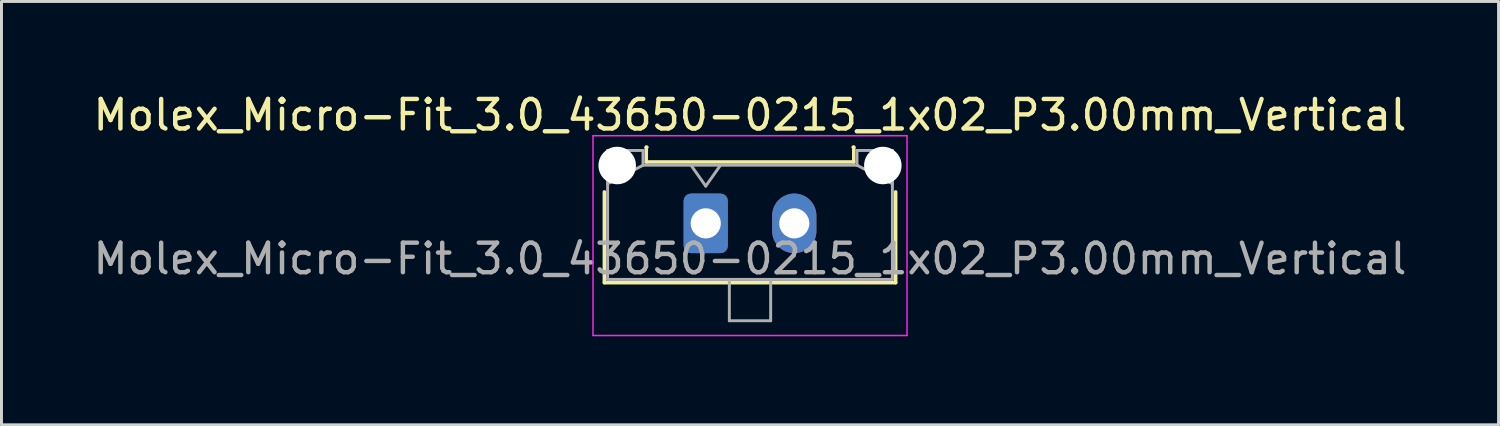
<source format=kicad_pcb>
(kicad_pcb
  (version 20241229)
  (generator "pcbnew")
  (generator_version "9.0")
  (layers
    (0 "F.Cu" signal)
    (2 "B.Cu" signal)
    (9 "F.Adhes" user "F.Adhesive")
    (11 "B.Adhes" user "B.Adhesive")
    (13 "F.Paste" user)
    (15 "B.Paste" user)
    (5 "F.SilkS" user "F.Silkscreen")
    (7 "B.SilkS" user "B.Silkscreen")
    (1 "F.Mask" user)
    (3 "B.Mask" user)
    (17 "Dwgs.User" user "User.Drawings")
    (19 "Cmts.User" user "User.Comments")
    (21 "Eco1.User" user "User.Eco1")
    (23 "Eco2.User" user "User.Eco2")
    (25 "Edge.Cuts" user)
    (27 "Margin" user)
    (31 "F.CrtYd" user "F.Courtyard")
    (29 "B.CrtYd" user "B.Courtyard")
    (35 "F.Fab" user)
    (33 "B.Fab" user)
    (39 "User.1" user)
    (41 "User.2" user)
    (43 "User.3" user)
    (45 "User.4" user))
  (footprint "Molex_Micro-Fit_3.0_43650-0215_1x02_P3.00mm_Vertical"
    (layer "F.Cu")
    (at 20.863 4.518)
    (property "Reference" "Molex_Micro-Fit_3.0_43650-0215_1x02_P3.00mm_Vertical" (at 1.5 -3.67 0) (layer "F.SilkS") (effects (font (size 1 1) (thickness 0.15))))
    (attr through_hole)
    (fp_line (start -3.435 -1.065) (end -3.435 2.01) (stroke (width 0.12) (type solid)) (layer "F.SilkS"))
    (fp_line (start -3.435 2.01) (end 6.435 2.01) (stroke (width 0.12) (type solid)) (layer "F.SilkS"))
    (fp_line (start -2.015 -2.58) (end -2.015 -2.08) (stroke (width 0.12) (type solid)) (layer "F.SilkS"))
    (fp_line (start -2.015 -2.08) (end 5.015 -2.08) (stroke (width 0.12) (type solid)) (layer "F.SilkS"))
    (fp_line (start -1.995 -2.58) (end -2.015 -2.58) (stroke (width 0.12) (type solid)) (layer "F.SilkS"))
    (fp_line (start 5.015 -2.58) (end 4.995 -2.58) (stroke (width 0.12) (type solid)) (layer "F.SilkS"))
    (fp_line (start 5.015 -2.08) (end 5.015 -2.58) (stroke (width 0.12) (type solid)) (layer "F.SilkS"))
    (fp_line (start 6.435 2.01) (end 6.435 -1.065) (stroke (width 0.12) (type solid)) (layer "F.SilkS"))
    (fp_line (start -3.82 -2.97) (end 6.82 -2.97) (stroke (width 0.05) (type solid)) (layer "F.CrtYd"))
    (fp_line (start -3.82 3.8) (end -3.82 -2.97) (stroke (width 0.05) (type solid)) (layer "F.CrtYd"))
    (fp_line (start 6.82 -2.97) (end 6.82 3.8) (stroke (width 0.05) (type solid)) (layer "F.CrtYd"))
    (fp_line (start 6.82 3.8) (end -3.82 3.8) (stroke (width 0.05) (type solid)) (layer "F.CrtYd"))
    (fp_line (start -3.325 -2.47) (end -3.325 1.9) (stroke (width 0.1) (type solid)) (layer "F.Fab"))
    (fp_line (start -3.325 -1.34) (end -2.125 -1.97) (stroke (width 0.1) (type solid)) (layer "F.Fab"))
    (fp_line (start -3.325 1.9) (end 6.325 1.9) (stroke (width 0.1) (type solid)) (layer "F.Fab"))
    (fp_line (start -2.125 -2.47) (end -3.325 -2.47) (stroke (width 0.1) (type solid)) (layer "F.Fab"))
    (fp_line (start -2.125 -1.97) (end -2.125 -2.47) (stroke (width 0.1) (type solid)) (layer "F.Fab"))
    (fp_line (start -0.5 -1.97) (end 0 -1.263) (stroke (width 0.1) (type solid)) (layer "F.Fab"))
    (fp_line (start 0 -1.263) (end 0.5 -1.97) (stroke (width 0.1) (type solid)) (layer "F.Fab"))
    (fp_line (start 0.8 1.9) (end 0.8 3.3) (stroke (width 0.1) (type solid)) (layer "F.Fab"))
    (fp_line (start 0.8 3.3) (end 2.2 3.3) (stroke (width 0.1) (type solid)) (layer "F.Fab"))
    (fp_line (start 2.2 3.3) (end 2.2 1.9) (stroke (width 0.1) (type solid)) (layer "F.Fab"))
    (fp_line (start 5.125 -2.47) (end 5.125 -1.97) (stroke (width 0.1) (type solid)) (layer "F.Fab"))
    (fp_line (start 5.125 -1.97) (end -2.125 -1.97) (stroke (width 0.1) (type solid)) (layer "F.Fab"))
    (fp_line (start 6.325 -2.47) (end 5.125 -2.47) (stroke (width 0.1) (type solid)) (layer "F.Fab"))
    (fp_line (start 6.325 -1.34) (end 5.125 -1.97) (stroke (width 0.1) (type solid)) (layer "F.Fab"))
    (fp_line (start 6.325 1.9) (end 6.325 -2.47) (stroke (width 0.1) (type solid)) (layer "F.Fab"))
    (fp_text user "${REFERENCE}" (at 1.5 1.2 0) (layer "F.Fab") (effects (font (size 1 1) (thickness 0.15))))
    (pad "" np_thru_hole circle (at -3 -1.96) (size 1.27 1.27) (drill 1.27) (layers "*.Cu" "*.Mask"))
    (pad "" np_thru_hole circle (at 6 -1.96) (size 1.27 1.27) (drill 1.27) (layers "*.Cu" "*.Mask"))
    (pad "1" thru_hole roundrect (at 0 0) (size 1.5 2.02) (drill 1.02) (layers "*.Cu" "*.Mask") (roundrect_rratio 0.167))
    (pad "2" thru_hole oval (at 3 0) (size 1.5 2.02) (drill 1.02) (layers "*.Cu" "*.Mask")))
  (gr_rect
    (start -3 -3)
    (end 47.726 11.343)
    (stroke (width 0.1) (type default))
    (fill no)
    (layer "Edge.Cuts")))
</source>
